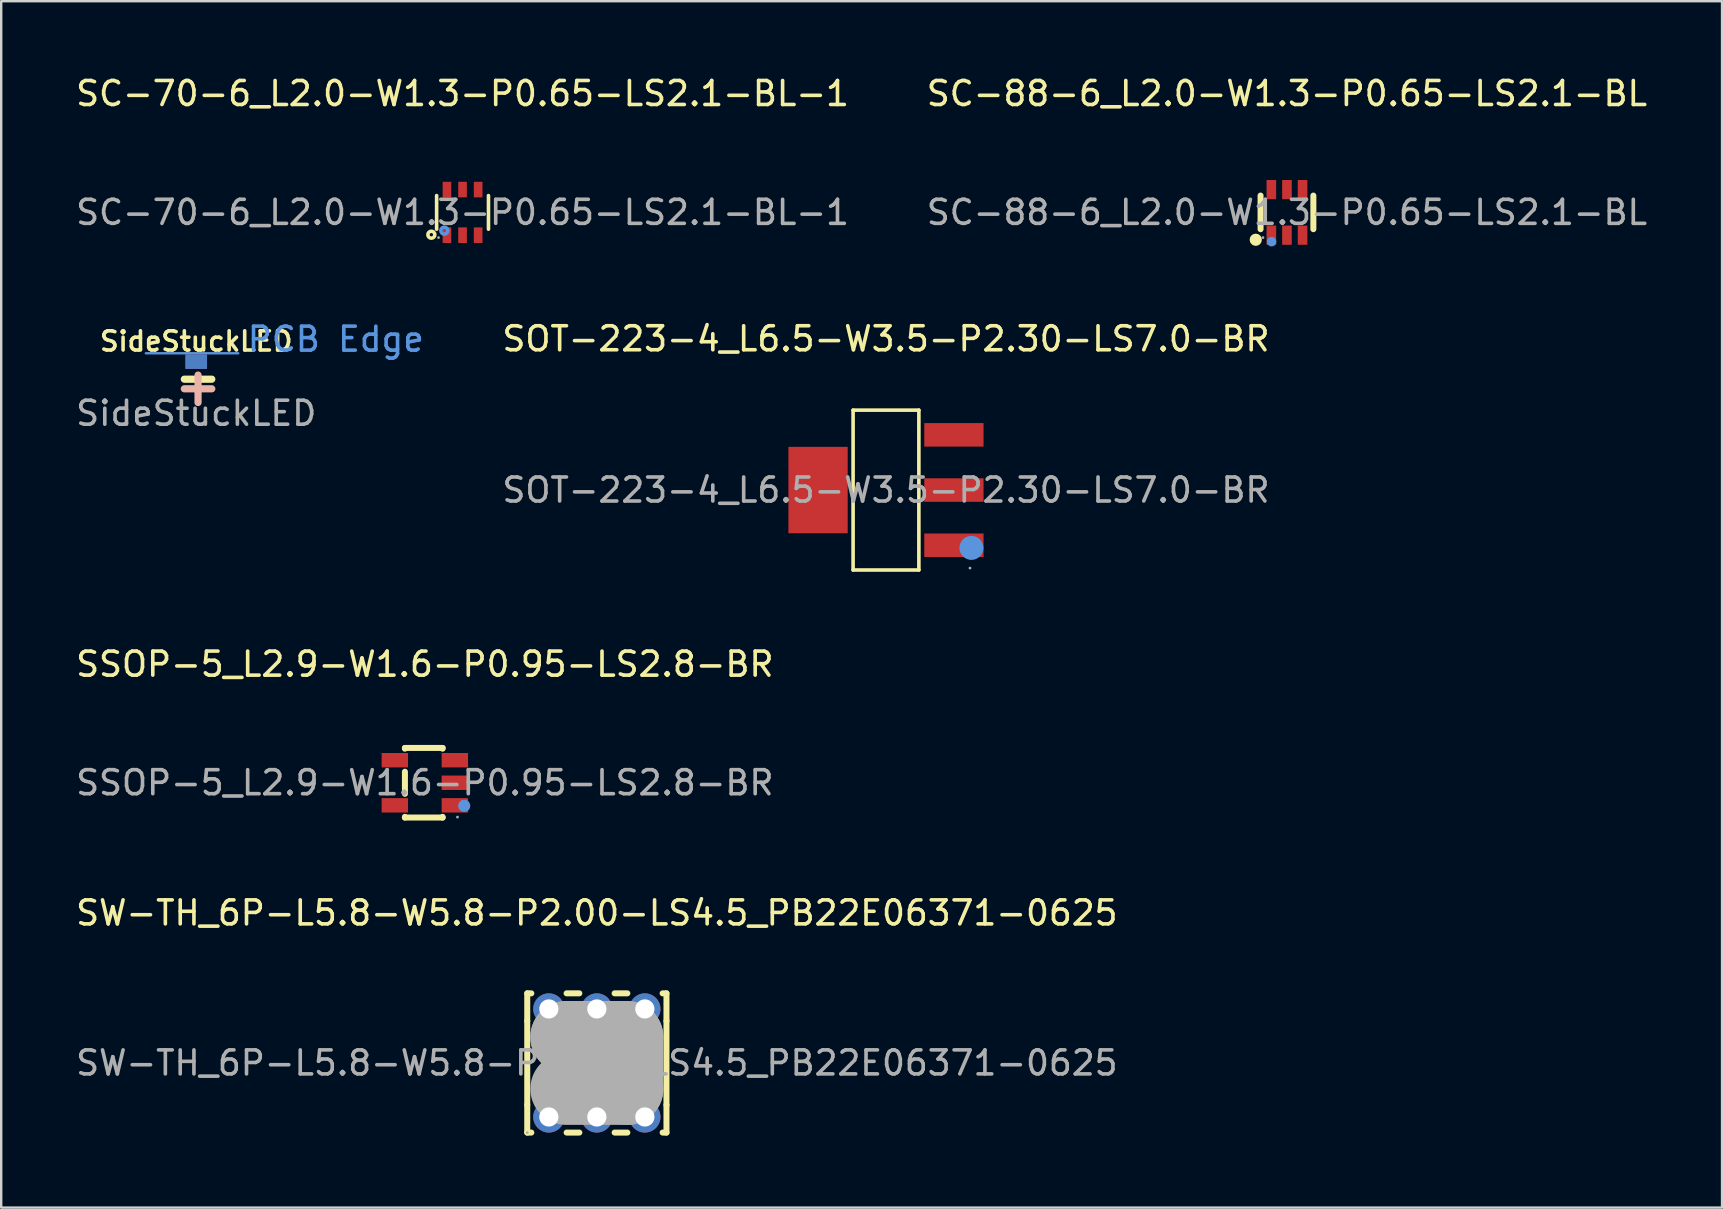
<source format=kicad_pcb>
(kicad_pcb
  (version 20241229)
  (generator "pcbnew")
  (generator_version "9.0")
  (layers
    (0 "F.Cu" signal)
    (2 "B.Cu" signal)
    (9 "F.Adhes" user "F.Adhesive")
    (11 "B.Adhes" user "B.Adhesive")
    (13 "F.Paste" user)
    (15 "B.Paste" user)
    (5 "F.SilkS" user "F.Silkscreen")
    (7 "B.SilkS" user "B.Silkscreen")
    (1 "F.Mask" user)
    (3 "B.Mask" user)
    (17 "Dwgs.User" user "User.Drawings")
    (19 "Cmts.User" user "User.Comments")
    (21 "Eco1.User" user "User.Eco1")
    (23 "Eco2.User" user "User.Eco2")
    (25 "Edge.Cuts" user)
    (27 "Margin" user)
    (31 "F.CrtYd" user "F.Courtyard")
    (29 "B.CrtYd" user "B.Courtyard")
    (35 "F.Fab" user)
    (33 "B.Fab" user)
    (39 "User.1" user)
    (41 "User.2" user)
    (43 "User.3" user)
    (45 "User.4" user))
  (footprint "SC-88-6_L2.0-W1.3-P0.65-LS2.1-BL"
    (layer "F.Cu")
    (at 50.565 5.798)
    (property "Reference" "SC-88-6_L2.0-W1.3-P0.65-LS2.1-BL" (at 0 -4.95 0) (layer "F.SilkS") (effects (font (size 1 1) (thickness 0.15))))
    (attr smd)
    (fp_line (start -1.1 -0.7) (end -1.1 0.7) (stroke (width 0.25) (type solid)) (layer "F.SilkS"))
    (fp_line (start 1.1 -0.7) (end 1.1 0.7) (stroke (width 0.25) (type solid)) (layer "F.SilkS"))
    (fp_circle (center -1.3 1.14) (end -1.17 1.14) (stroke (width 0.25) (type solid)) (fill no) (layer "F.SilkS"))
    (fp_circle (center -0.64 1.22) (end -0.54 1.22) (stroke (width 0.2) (type solid)) (fill no) (layer "Cmts.User"))
    (fp_circle (center -1 1.05) (end -0.97 1.05) (stroke (width 0.06) (type solid)) (fill no) (layer "F.Fab"))
    (fp_text user "${REFERENCE}" (at 0 0 0) (layer "F.Fab") (effects (font (size 1 1) (thickness 0.15))))
    (pad "1" smd rect (at -0.65 0.95) (size 0.4 0.8) (layers "F.Cu" "F.Mask" "F.Paste"))
    (pad "2" smd rect (at 0 0.95) (size 0.4 0.8) (layers "F.Cu" "F.Mask" "F.Paste"))
    (pad "3" smd rect (at 0.65 0.95) (size 0.4 0.8) (layers "F.Cu" "F.Mask" "F.Paste"))
    (pad "4" smd rect (at 0.65 -0.95) (size 0.4 0.8) (layers "F.Cu" "F.Mask" "F.Paste"))
    (pad "5" smd rect (at 0 -0.95) (size 0.4 0.8) (layers "F.Cu" "F.Mask" "F.Paste"))
    (pad "6" smd rect (at -0.65 -0.95) (size 0.4 0.8) (layers "F.Cu" "F.Mask" "F.Paste")))
  (footprint "SC-70-6_L2.0-W1.3-P0.65-LS2.1-BL-1"
    (layer "F.Cu")
    (at 16.22 5.798)
    (property "Reference" "SC-70-6_L2.0-W1.3-P0.65-LS2.1-BL-1" (at 0 -4.95 0) (layer "F.SilkS") (effects (font (size 1 1) (thickness 0.15))))
    (attr smd)
    (fp_line (start -1.08 0.7) (end -1.08 -0.7) (stroke (width 0.15) (type solid)) (layer "F.SilkS"))
    (fp_line (start 1.08 0.7) (end 1.08 -0.7) (stroke (width 0.15) (type solid)) (layer "F.SilkS"))
    (fp_circle (center -1.3 0.93) (end -1.23 0.93) (stroke (width 0.15) (type solid)) (fill no) (layer "F.SilkS"))
    (fp_circle (center -0.76 0.76) (end -0.69 0.76) (stroke (width 0.15) (type solid)) (fill no) (layer "Cmts.User"))
    (fp_circle (center -1 1.05) (end -0.97 1.05) (stroke (width 0.06) (type solid)) (fill no) (layer "F.Fab"))
    (fp_text user "${REFERENCE}" (at 0 0 0) (layer "F.Fab") (effects (font (size 1 1) (thickness 0.15))))
    (pad "1" smd rect (at -0.65 0.95) (size 0.36 0.65) (layers "F.Cu" "F.Mask" "F.Paste"))
    (pad "2" smd rect (at 0 0.95) (size 0.36 0.65) (layers "F.Cu" "F.Mask" "F.Paste"))
    (pad "3" smd rect (at 0.65 0.95) (size 0.36 0.65) (layers "F.Cu" "F.Mask" "F.Paste"))
    (pad "4" smd rect (at 0.65 -0.95) (size 0.36 0.65) (layers "F.Cu" "F.Mask" "F.Paste"))
    (pad "5" smd rect (at 0 -0.95) (size 0.36 0.65) (layers "F.Cu" "F.Mask" "F.Paste"))
    (pad "6" smd rect (at -0.65 -0.95) (size 0.36 0.65) (layers "F.Cu" "F.Mask" "F.Paste")))
  (footprint "SideStuckLED"
    (layer "F.Cu")
    (at 5.125 11.668)
    (property "Reference" "SideStuckLED" (at 0 -0.5 0) (unlocked yes) (layer "F.SilkS") (effects (font (size 0.8 0.8) (thickness 0.15) (bold yes))))
    (attr smd)
    (fp_line (start -2.1 0) (end 1.75 0) (stroke (width 0.1) (type default)) (layer "Cmts.User"))
    (fp_text user "-" (at -1.05 1.85 0) (unlocked yes) (layer "F.SilkS") (effects (font (size 1.5 1.5) (thickness 0.3) (bold yes)) (justify left bottom)))
    (fp_text user "+" (at -1.05 2.25 0) (unlocked yes) (layer "B.SilkS") (effects (font (size 1.5 1.5) (thickness 0.3) (bold yes)) (justify left bottom)))
    (fp_text user "PCB Edge" (at 2.05 0 0) (unlocked yes) (layer "Cmts.User") (effects (font (size 1 1) (thickness 0.15)) (justify left bottom)))
    (fp_text user "${REFERENCE}" (at 0 2.5 0) (unlocked yes) (layer "F.Fab") (effects (font (size 1 1) (thickness 0.15))))
    (pad "1" smd rect (at 0 0.35 90) (size 0.6 0.9) (layers "F.Cu" "F.Mask" "F.Paste"))
    (pad "2" smd rect (at 0 0.35 90) (size 0.6 0.9) (layers "B.Cu" "B.Mask" "B.Paste")))
  (footprint "SW-TH_6P-L5.8-W5.8-P2.00-LS4.5_PB22E06371-0625"
    (layer "F.Cu")
    (at 21.815 41.233)
    (property "Reference" "SW-TH_6P-L5.8-W5.8-P2.00-LS4.5_PB22E06371-0625" (at 0 -6.25 0) (layer "F.SilkS") (effects (font (size 1 1) (thickness 0.15))))
    (attr through_hole)
    (fp_line (start -2.9 -2.9) (end -2.73 -2.9) (stroke (width 0.25) (type solid)) (layer "F.SilkS"))
    (fp_line (start -2.9 -1.75) (end -2.9 -2.9) (stroke (width 0.25) (type solid)) (layer "F.SilkS"))
    (fp_line (start -2.9 1.75) (end -2.9 -1.75) (stroke (width 0.25) (type solid)) (layer "F.SilkS"))
    (fp_line (start -2.9 2.9) (end -2.9 1.75) (stroke (width 0.25) (type solid)) (layer "F.SilkS"))
    (fp_line (start -2.73 2.9) (end -2.9 2.9) (stroke (width 0.25) (type solid)) (layer "F.SilkS"))
    (fp_line (start -1.26 -2.9) (end -0.73 -2.9) (stroke (width 0.25) (type solid)) (layer "F.SilkS"))
    (fp_line (start -0.73 2.9) (end -1.26 2.9) (stroke (width 0.25) (type solid)) (layer "F.SilkS"))
    (fp_line (start 0.74 -2.9) (end 1.27 -2.9) (stroke (width 0.25) (type solid)) (layer "F.SilkS"))
    (fp_line (start 1.27 2.9) (end 0.74 2.9) (stroke (width 0.25) (type solid)) (layer "F.SilkS"))
    (fp_line (start 2.74 -2.9) (end 2.9 -2.9) (stroke (width 0.25) (type solid)) (layer "F.SilkS"))
    (fp_line (start 2.9 -2.9) (end 2.9 -1.75) (stroke (width 0.25) (type solid)) (layer "F.SilkS"))
    (fp_line (start 2.9 -1.75) (end 2.9 1.75) (stroke (width 0.25) (type solid)) (layer "F.SilkS"))
    (fp_line (start 2.9 1.75) (end 2.9 2.9) (stroke (width 0.25) (type solid)) (layer "F.SilkS"))
    (fp_line (start 2.9 2.9) (end 2.74 2.9) (stroke (width 0.25) (type solid)) (layer "F.SilkS"))
    (fp_line (start -1.27 -1.08) (end -1.27 -1.08) (stroke (width 3) (type solid)) (layer "F.Fab"))
    (fp_line (start -1.27 -1.08) (end 1.27 -1.08) (stroke (width 3) (type solid)) (layer "F.Fab"))
    (fp_line (start 1.27 -1.08) (end 1.27 1.08) (stroke (width 3) (type solid)) (layer "F.Fab"))
    (fp_line (start 1.27 1.08) (end -1.27 1.08) (stroke (width 3) (type solid)) (layer "F.Fab"))
    (fp_circle (center -2.9 2.9) (end -2.87 2.9) (stroke (width 0.06) (type solid)) (fill no) (layer "F.Fab"))
    (fp_text user "${REFERENCE}" (at 0 0 0) (layer "F.Fab") (effects (font (size 1 1) (thickness 0.15))))
    (pad "1" thru_hole circle (at -2 2.25) (size 1.3 1.3) (drill 0.8) (layers "*.Cu" "*.Mask"))
    (pad "2" thru_hole circle (at 0 2.25) (size 1.3 1.3) (drill 0.8) (layers "*.Cu" "*.Mask"))
    (pad "3" thru_hole circle (at 2 2.25) (size 1.3 1.3) (drill 0.8) (layers "*.Cu" "*.Mask"))
    (pad "4" thru_hole circle (at -2 -2.25) (size 1.3 1.3) (drill 0.8) (layers "*.Cu" "*.Mask"))
    (pad "5" thru_hole circle (at 0 -2.25) (size 1.3 1.3) (drill 0.8) (layers "*.Cu" "*.Mask"))
    (pad "6" thru_hole circle (at 2 -2.25) (size 1.3 1.3) (drill 0.8) (layers "*.Cu" "*.Mask")))
  (footprint "SOT-223-4_L6.5-W3.5-P2.30-LS7.0-BR"
    (layer "F.Cu")
    (at 33.86 17.366)
    (property "Reference" "SOT-223-4_L6.5-W3.5-P2.30-LS7.0-BR" (at 0 -6.3 0) (layer "F.SilkS") (effects (font (size 1 1) (thickness 0.15))))
    (attr smd)
    (fp_line (start -1.37 -3.33) (end 1.37 -3.33) (stroke (width 0.15) (type solid)) (layer "F.SilkS"))
    (fp_line (start -1.37 3.33) (end -1.37 -3.33) (stroke (width 0.15) (type solid)) (layer "F.SilkS"))
    (fp_line (start 1.37 -3.33) (end 1.37 3.33) (stroke (width 0.15) (type solid)) (layer "F.SilkS"))
    (fp_line (start 1.37 3.33) (end -1.37 3.33) (stroke (width 0.15) (type solid)) (layer "F.SilkS"))
    (fp_circle (center 3.56 2.41) (end 3.81 2.41) (stroke (width 0.5) (type solid)) (fill no) (layer "Cmts.User"))
    (fp_circle (center 3.5 3.25) (end 3.53 3.25) (stroke (width 0.06) (type solid)) (fill no) (layer "F.Fab"))
    (fp_text user "${REFERENCE}" (at 0 0 0) (layer "F.Fab") (effects (font (size 1 1) (thickness 0.15))))
    (pad "1" smd rect (at 2.83 2.3) (size 2.47 0.98) (layers "F.Cu" "F.Mask" "F.Paste"))
    (pad "2" smd rect (at 2.83 0) (size 2.47 0.98) (layers "F.Cu" "F.Mask" "F.Paste"))
    (pad "3" smd rect (at 2.83 -2.3) (size 2.47 0.98) (layers "F.Cu" "F.Mask" "F.Paste"))
    (pad "4" smd rect (at -2.83 0) (size 2.47 3.6) (layers "F.Cu" "F.Mask" "F.Paste")))
  (footprint "SSOP-5_L2.9-W1.6-P0.95-LS2.8-BR"
    (layer "F.Cu")
    (at 14.649 29.56)
    (property "Reference" "SSOP-5_L2.9-W1.6-P0.95-LS2.8-BR" (at 0 -4.94 0) (layer "F.SilkS") (effects (font (size 1 1) (thickness 0.15))))
    (attr smd)
    (fp_line (start -0.83 -1.45) (end 0.74 -1.45) (stroke (width 0.25) (type solid)) (layer "F.SilkS"))
    (fp_line (start -0.83 -1.42) (end -0.83 -1.45) (stroke (width 0.25) (type solid)) (layer "F.SilkS"))
    (fp_line (start -0.83 0.46) (end -0.83 -0.46) (stroke (width 0.25) (type solid)) (layer "F.SilkS"))
    (fp_line (start -0.83 1.45) (end -0.83 1.42) (stroke (width 0.25) (type solid)) (layer "F.SilkS"))
    (fp_line (start 0.74 -1.42) (end 0.74 -1.45) (stroke (width 0.25) (type solid)) (layer "F.SilkS"))
    (fp_line (start 0.74 1.45) (end -0.83 1.45) (stroke (width 0.25) (type solid)) (layer "F.SilkS"))
    (fp_line (start 0.74 1.45) (end 0.74 1.42) (stroke (width 0.25) (type solid)) (layer "F.SilkS"))
    (fp_circle (center 1.64 0.96) (end 1.77 0.96) (stroke (width 0.25) (type solid)) (fill no) (layer "Cmts.User"))
    (fp_circle (center 1.36 1.43) (end 1.39 1.43) (stroke (width 0.06) (type solid)) (fill no) (layer "F.Fab"))
    (fp_text user "${REFERENCE}" (at 0 0 0) (layer "F.Fab") (effects (font (size 1 1) (thickness 0.15))))
    (pad "1" smd rect (at 1.25 0.94 270) (size 0.6 1.1) (layers "F.Cu" "F.Mask" "F.Paste"))
    (pad "2" smd rect (at 1.25 0 270) (size 0.6 1.1) (layers "F.Cu" "F.Mask" "F.Paste"))
    (pad "3" smd rect (at 1.25 -0.94 270) (size 0.6 1.1) (layers "F.Cu" "F.Mask" "F.Paste"))
    (pad "4" smd rect (at -1.25 -0.94 270) (size 0.6 1.1) (layers "F.Cu" "F.Mask" "F.Paste"))
    (pad "5" smd rect (at -1.25 0.94 270) (size 0.6 1.1) (layers "F.Cu" "F.Mask" "F.Paste")))
  (gr_rect
    (start -3 -3)
    (end 68.69 47.258)
    (stroke (width 0.1) (type default))
    (fill no)
    (layer "Edge.Cuts")))
</source>
